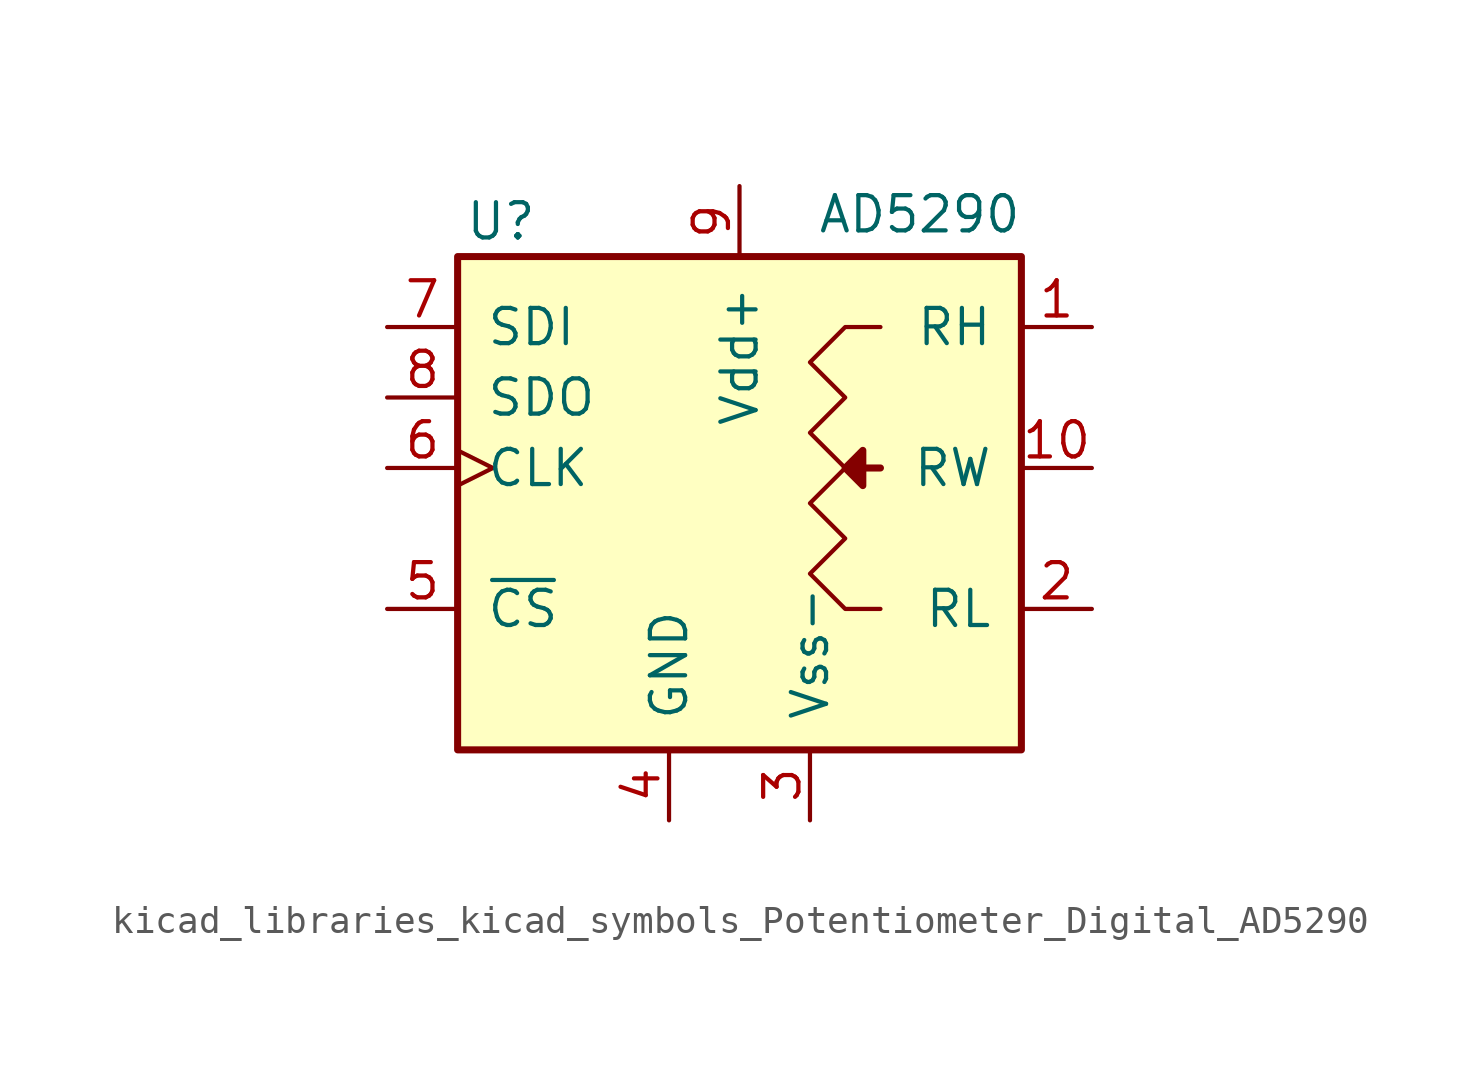
<source format=kicad_sym>
(kicad_symbol_lib
  (version 20220914)
  (generator kicad_symbol_editor)
  (symbol "kicad_libraries_kicad_symbols_Potentiometer_Digital_AD5290"
    (pin_names
      (offset 1.016))
    (property "Reference" "U"
      (at -9.906 8.89 0)
      (effects (font (size 1.27 1.27)) (justify left)))
    (property "Value" "AD5290"
      (at 2.794 9.144 0)
      (effects (font (size 1.27 1.27)) (justify left)))
    (symbol "kicad_libraries_kicad_symbols_Potentiometer_Digital_AD5290_0_1"
      (rectangle (start -10.16 7.62) (end 10.16 -10.16) (stroke (width 0.254) (type default)) (fill (type background)))
      (polyline (pts (xy 4.445 0) (xy 5.08 0)) (stroke (width 0.254) (type default)) (fill (type none)))
      (polyline (pts (xy 3.81 0) (xy 4.445 0.635) (xy 4.445 -0.635) (xy 3.81 0)) (stroke (width 0.254) (type default)) (fill (type outline)))
      (polyline (pts (xy 5.08 5.08) (xy 3.81 5.08) (xy 2.54 3.81) (xy 3.81 2.54) (xy 2.54 1.27) (xy 3.81 0) (xy 2.54 -1.27) (xy 3.81 -2.54) (xy 2.54 -3.81) (xy 3.81 -5.08) (xy 5.08 -5.08) (xy 5.08 -5.08) (xy 5.08 -5.08)) (stroke (width 0) (type default)) (fill (type none))))
    (symbol "kicad_libraries_kicad_symbols_Potentiometer_Digital_AD5290_1_1"
      (pin passive line (at 12.7 5.08 180) (length 2.54) (name "RH" (effects (font (size 1.27 1.27)))) (number "1" (effects (font (size 1.27 1.27)))))
      (pin passive line (at 12.7 0 180) (length 2.54) (name "RW" (effects (font (size 1.27 1.27)))) (number "10" (effects (font (size 1.27 1.27)))))
      (pin passive line (at 12.7 -5.08 180) (length 2.54) (name "RL" (effects (font (size 1.27 1.27)))) (number "2" (effects (font (size 1.27 1.27)))))
      (pin power_in line (at 2.54 -12.7 90) (length 2.54) (name "Vss-" (effects (font (size 1.27 1.27)))) (number "3" (effects (font (size 1.27 1.27)))))
      (pin power_in line (at -2.54 -12.7 90) (length 2.54) (name "GND" (effects (font (size 1.27 1.27)))) (number "4" (effects (font (size 1.27 1.27)))))
      (pin input line (at -12.7 -5.08 0) (length 2.54) (name "~{CS}" (effects (font (size 1.27 1.27)))) (number "5" (effects (font (size 1.27 1.27)))))
      (pin input clock (at -12.7 0 0) (length 2.54) (name "CLK" (effects (font (size 1.27 1.27)))) (number "6" (effects (font (size 1.27 1.27)))))
      (pin input line (at -12.7 5.08 0) (length 2.54) (name "SDI" (effects (font (size 1.27 1.27)))) (number "7" (effects (font (size 1.27 1.27)))))
      (pin output line (at -12.7 2.54 0) (length 2.54) (name "SDO" (effects (font (size 1.27 1.27)))) (number "8" (effects (font (size 1.27 1.27)))))
      (pin power_in line (at 0 10.16 270) (length 2.54) (name "Vdd+" (effects (font (size 1.27 1.27)))) (number "9" (effects (font (size 1.27 1.27))))))))
</source>
